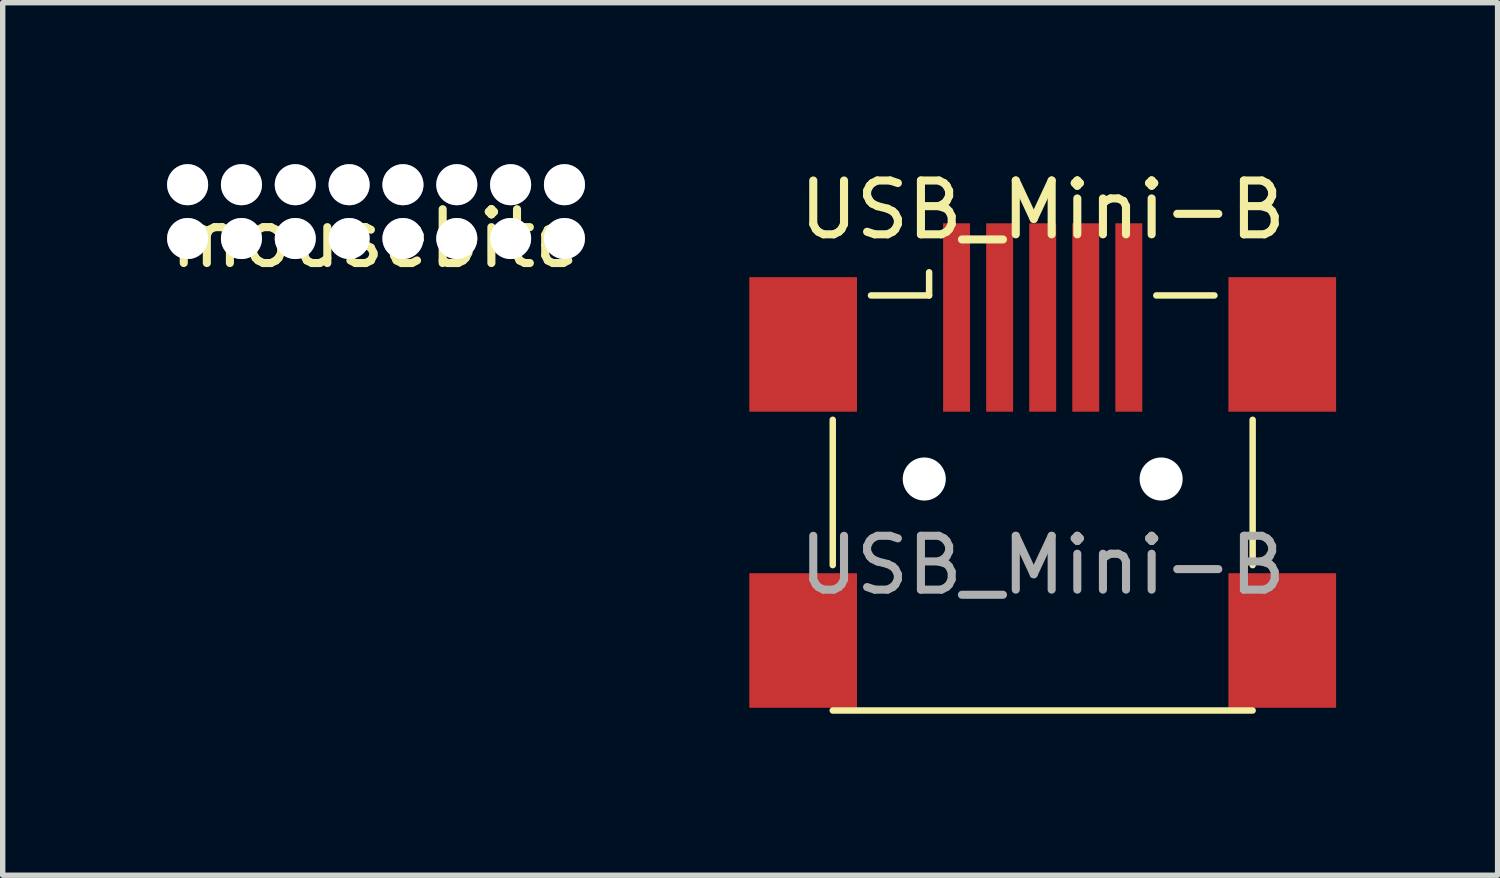
<source format=kicad_pcb>
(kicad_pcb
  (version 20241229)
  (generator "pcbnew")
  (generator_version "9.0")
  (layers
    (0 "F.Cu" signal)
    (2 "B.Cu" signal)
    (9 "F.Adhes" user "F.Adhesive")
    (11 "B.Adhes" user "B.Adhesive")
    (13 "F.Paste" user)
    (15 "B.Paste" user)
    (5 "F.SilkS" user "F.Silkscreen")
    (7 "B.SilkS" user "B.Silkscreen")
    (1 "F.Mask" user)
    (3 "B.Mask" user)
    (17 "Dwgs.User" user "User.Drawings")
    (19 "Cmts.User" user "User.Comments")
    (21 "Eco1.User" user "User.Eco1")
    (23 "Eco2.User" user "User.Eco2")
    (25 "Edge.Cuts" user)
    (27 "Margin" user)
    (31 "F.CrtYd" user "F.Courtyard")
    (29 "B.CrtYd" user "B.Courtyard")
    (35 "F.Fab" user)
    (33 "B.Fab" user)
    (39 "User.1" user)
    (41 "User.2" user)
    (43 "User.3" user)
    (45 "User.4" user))
  (footprint "mousebite"
    (layer "F.Cu")
    (at 3.935 0.881)
    (property "Reference" "mousebite" (at 0 0.5 0) (layer "F.SilkS") (effects (font (size 1 1) (thickness 0.15))))
    (attr through_hole)
    (pad "1" thru_hole circle (at -3.5 -0.5) (size 0.762 0.762) (drill 0.762) (layers "*.Cu" "*.Mask"))
    (pad "2" thru_hole circle (at -2.5 -0.5) (size 0.762 0.762) (drill 0.762) (layers "*.Cu" "*.Mask"))
    (pad "3" thru_hole circle (at -1.5 -0.5) (size 0.762 0.762) (drill 0.762) (layers "*.Cu" "*.Mask"))
    (pad "4" thru_hole circle (at -0.5 -0.5) (size 0.762 0.762) (drill 0.762) (layers "*.Cu" "*.Mask"))
    (pad "5" thru_hole circle (at 1.5 -0.5) (size 0.762 0.762) (drill 0.762) (layers "*.Cu" "*.Mask"))
    (pad "6" thru_hole circle (at 0.5 -0.5) (size 0.762 0.762) (drill 0.762) (layers "*.Cu" "*.Mask"))
    (pad "7" thru_hole circle (at 2.5 -0.5) (size 0.762 0.762) (drill 0.762) (layers "*.Cu" "*.Mask"))
    (pad "8" thru_hole circle (at 3.5 -0.5) (size 0.762 0.762) (drill 0.762) (layers "*.Cu" "*.Mask"))
    (pad "9" thru_hole circle (at 3.5 0.5) (size 0.762 0.762) (drill 0.762) (layers "*.Cu" "*.Mask"))
    (pad "10" thru_hole circle (at 2.5 0.5) (size 0.762 0.762) (drill 0.762) (layers "*.Cu" "*.Mask"))
    (pad "11" thru_hole circle (at 1.5 0.5) (size 0.762 0.762) (drill 0.762) (layers "*.Cu" "*.Mask"))
    (pad "12" thru_hole circle (at 0.5 0.5) (size 0.762 0.762) (drill 0.762) (layers "*.Cu" "*.Mask"))
    (pad "13" thru_hole circle (at -0.5 0.5) (size 0.762 0.762) (drill 0.762) (layers "*.Cu" "*.Mask"))
    (pad "14" thru_hole circle (at -1.5 0.5) (size 0.762 0.762) (drill 0.762) (layers "*.Cu" "*.Mask"))
    (pad "15" thru_hole circle (at -2.5 0.5) (size 0.762 0.762) (drill 0.762) (layers "*.Cu" "*.Mask"))
    (pad "16" thru_hole circle (at -3.5 0.5) (size 0.762 0.762) (drill 0.762) (layers "*.Cu" "*.Mask")))
  (footprint "USB_Mini-B"
    (layer "F.Cu")
    (at 16.319 5.848)
    (property "Reference" "USB_Mini-B" (at 0 -5 0) (layer "F.SilkS") (effects (font (size 1 1) (thickness 0.15))))
    (attr smd)
    (fp_line (start -3.9 1.6) (end -3.9 -1.1) (stroke (width 0.12) (type solid)) (layer "F.SilkS"))
    (fp_line (start -3.19 -3.41) (end -2.11 -3.41) (stroke (width 0.12) (type solid)) (layer "F.SilkS"))
    (fp_line (start -2.11 -3.41) (end -2.11 -3.84) (stroke (width 0.12) (type solid)) (layer "F.SilkS"))
    (fp_line (start 2.11 -3.41) (end 3.19 -3.41) (stroke (width 0.12) (type solid)) (layer "F.SilkS"))
    (fp_line (start 3.9 1.6) (end 3.9 -1.1) (stroke (width 0.12) (type solid)) (layer "F.SilkS"))
    (fp_line (start 3.9 4.3) (end -3.9 4.3) (stroke (width 0.12) (type solid)) (layer "F.SilkS"))
    (fp_text user "${REFERENCE}" (at 0 1.6 180) (layer "F.Fab") (effects (font (size 1 1) (thickness 0.15))))
    (pad "" np_thru_hole circle (at -2.2 0) (size 0.8 0.8) (drill 0.8) (layers "*.Cu" "*.Mask"))
    (pad "" np_thru_hole circle (at 2.2 0) (size 0.8 0.8) (drill 0.8) (layers "*.Cu" "*.Mask"))
    (pad "1" smd rect (at -1.6 -3) (size 0.5 3.5) (layers "F.Cu" "F.Mask" "F.Paste"))
    (pad "2" smd rect (at -0.8 -3) (size 0.5 3.5) (layers "F.Cu" "F.Mask" "F.Paste"))
    (pad "3" smd rect (at 0 -3) (size 0.5 3.5) (layers "F.Cu" "F.Mask" "F.Paste"))
    (pad "4" smd rect (at 0.8 -3) (size 0.5 3.5) (layers "F.Cu" "F.Mask" "F.Paste"))
    (pad "5" smd rect (at 1.6 -3) (size 0.5 3.5) (layers "F.Cu" "F.Mask" "F.Paste"))
    (pad "6" smd rect (at -4.45 -2.5) (size 2 2.5) (layers "F.Cu" "F.Mask" "F.Paste"))
    (pad "6" smd rect (at -4.45 3) (size 2 2.5) (layers "F.Cu" "F.Mask" "F.Paste"))
    (pad "6" smd rect (at 4.45 -2.5) (size 2 2.5) (layers "F.Cu" "F.Mask" "F.Paste"))
    (pad "6" smd rect (at 4.45 3) (size 2 2.5) (layers "F.Cu" "F.Mask" "F.Paste")))
  (gr_rect
    (start -3 -3)
    (end 24.769 13.208)
    (stroke (width 0.1) (type default))
    (fill no)
    (layer "Edge.Cuts")))
</source>
